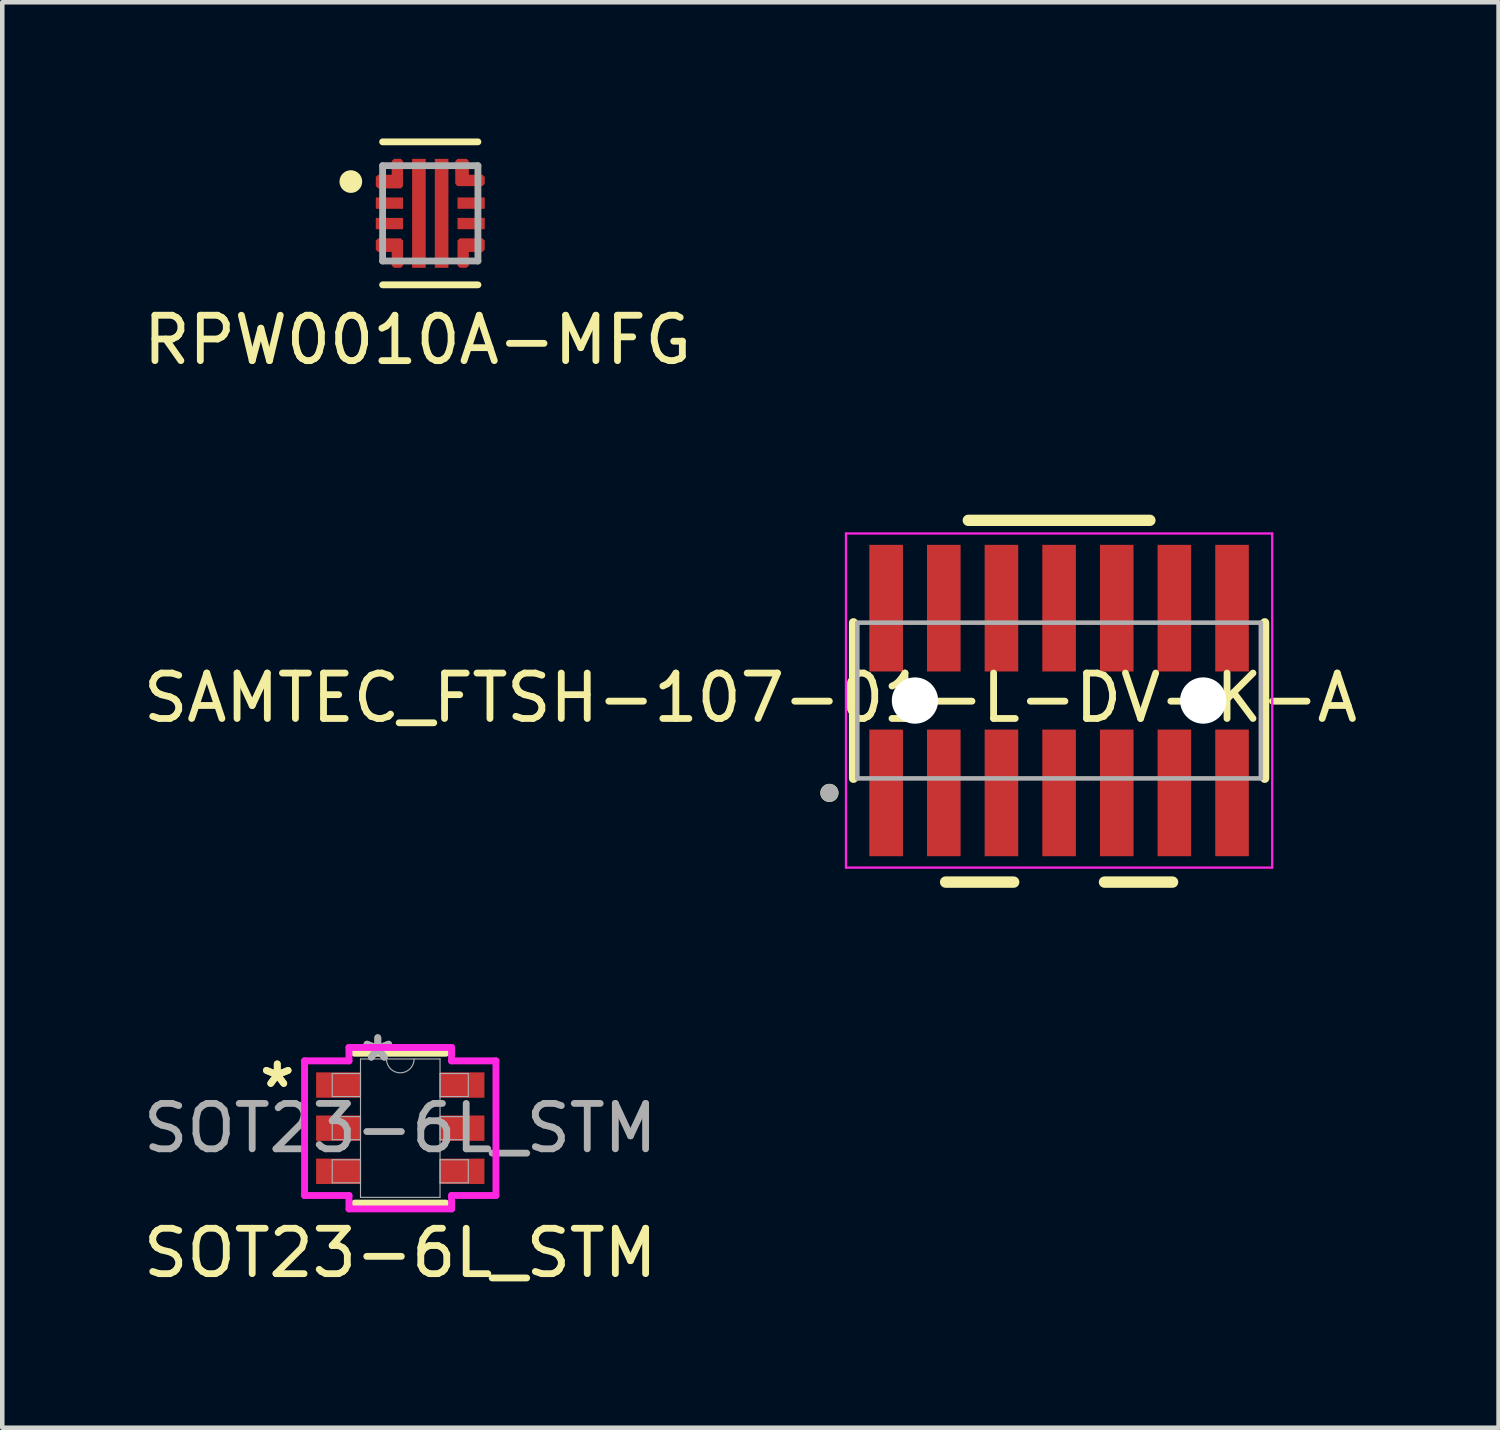
<source format=kicad_pcb>
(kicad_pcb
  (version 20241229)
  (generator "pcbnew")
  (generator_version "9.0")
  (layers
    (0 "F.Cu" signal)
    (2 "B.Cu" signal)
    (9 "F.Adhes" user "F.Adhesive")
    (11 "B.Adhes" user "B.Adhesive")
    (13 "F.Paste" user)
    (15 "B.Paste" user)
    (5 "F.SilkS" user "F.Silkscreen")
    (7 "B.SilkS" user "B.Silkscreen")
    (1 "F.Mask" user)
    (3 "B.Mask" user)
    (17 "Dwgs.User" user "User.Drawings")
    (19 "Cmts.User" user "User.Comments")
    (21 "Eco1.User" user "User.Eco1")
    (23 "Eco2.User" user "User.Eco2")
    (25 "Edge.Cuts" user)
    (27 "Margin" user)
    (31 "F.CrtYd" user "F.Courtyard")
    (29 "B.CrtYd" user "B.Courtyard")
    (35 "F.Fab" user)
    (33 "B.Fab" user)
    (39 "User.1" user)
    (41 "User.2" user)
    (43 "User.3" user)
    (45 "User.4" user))
  (footprint "RPW0010A-MFG"
    (layer "F.Cu")
    (at 6.429 1.65)
    (property "Reference" "RPW0010A-MFG" (at -0.28 2.79 0) (unlocked yes) (layer "F.SilkS") (effects (font (size 1 1) (thickness 0.15))))
    (attr smd)
    (fp_poly (pts (xy -0.85 0.85) (xy -1.15 0.85) (xy -1.2 0.8) (xy -1.2 0.6) (xy -1.15 0.55) (xy -0.65 0.55) (xy -0.6 0.6) (xy -0.6 1.15) (xy -0.65 1.2) (xy -0.8 1.2) (xy -0.85 1.15)) (stroke (width 0) (type solid)) (fill yes) (layer "F.Mask"))
    (fp_line (start -1.05 -1.575) (end 1.05 -1.575) (stroke (width 0.15) (type solid)) (layer "F.SilkS"))
    (fp_line (start -1.05 1.575) (end 1.05 1.575) (stroke (width 0.15) (type solid)) (layer "F.SilkS"))
    (fp_circle (center -1.75 -0.7) (end -1.625 -0.7) (stroke (width 0.25) (type solid)) (fill no) (layer "F.SilkS"))
    (fp_poly (pts (xy -0.34 1.16) (xy -0.39 1.11) (xy -0.39 0.15) (xy -0.34 0.1) (xy -0.16 0.1) (xy -0.11 0.15) (xy -0.11 1.11) (xy -0.16 1.16)) (stroke (width 0) (type solid)) (fill yes) (layer "F.Paste"))
    (fp_poly (pts (xy -0.11 -1.11) (xy -0.11 -0.15) (xy -0.16 -0.1) (xy -0.34 -0.1) (xy -0.39 -0.15) (xy -0.39 -1.11) (xy -0.34 -1.16) (xy -0.16 -1.16)) (stroke (width 0) (type solid)) (fill yes) (layer "F.Paste"))
    (fp_poly (pts (xy 0.39 -0.15) (xy 0.34 -0.1) (xy 0.16 -0.1) (xy 0.11 -0.15) (xy 0.11 -1.11) (xy 0.16 -1.16) (xy 0.34 -1.16) (xy 0.39 -1.11)) (stroke (width 0) (type solid)) (fill yes) (layer "F.Paste"))
    (fp_poly (pts (xy 0.39 1.11) (xy 0.34 1.16) (xy 0.16 1.16) (xy 0.11 1.11) (xy 0.11 0.15) (xy 0.16 0.1) (xy 0.34 0.1) (xy 0.39 0.15)) (stroke (width 0) (type solid)) (fill yes) (layer "F.Paste"))
    (fp_poly (pts (xy -0.825 -0.825) (xy -0.825 -1.15) (xy -0.775 -1.2) (xy -0.65 -1.2) (xy -0.6 -1.15) (xy -0.6 -0.6) (xy -0.65 -0.55) (xy -1.15 -0.55) (xy -1.2 -0.6) (xy -1.2 -0.775) (xy -1.15 -0.825)) (stroke (width 0) (type solid)) (fill yes) (layer "F.Paste"))
    (fp_poly (pts (xy -0.825 0.825) (xy -0.825 1.15) (xy -0.775 1.2) (xy -0.65 1.2) (xy -0.6 1.15) (xy -0.6 0.6) (xy -0.65 0.55) (xy -1.15 0.55) (xy -1.2 0.6) (xy -1.2 0.775) (xy -1.15 0.825)) (stroke (width 0) (type solid)) (fill yes) (layer "F.Paste"))
    (fp_poly (pts (xy 0.825 0.825) (xy 0.825 1.15) (xy 0.775 1.2) (xy 0.65 1.2) (xy 0.6 1.15) (xy 0.6 0.6) (xy 0.65 0.55) (xy 1.15 0.55) (xy 1.2 0.6) (xy 1.2 0.775) (xy 1.15 0.825)) (stroke (width 0) (type solid)) (fill yes) (layer "F.Paste"))
    (fp_poly (pts (xy 0.825 -0.825) (xy 1.15 -0.825) (xy 1.2 -0.775) (xy 1.2 -0.65) (xy 1.15 -0.6) (xy 0.6 -0.6) (xy 0.55 -0.65) (xy 0.55 -1.15) (xy 0.6 -1.2) (xy 0.775 -1.2) (xy 0.825 -1.15)) (stroke (width 0) (type solid)) (fill yes) (layer "F.Paste"))
    (fp_line (start -1.05 -1.05) (end 1.05 -1.05) (stroke (width 0.15) (type solid)) (layer "F.Fab"))
    (fp_line (start -1.05 1.05) (end -1.05 -1.05) (stroke (width 0.15) (type solid)) (layer "F.Fab"))
    (fp_line (start -1.05 1.05) (end 1.05 1.05) (stroke (width 0.15) (type solid)) (layer "F.Fab"))
    (fp_line (start 1.05 1.05) (end 1.05 -1.05) (stroke (width 0.15) (type solid)) (layer "F.Fab"))
    (pad "1" smd custom (at -0.75 -0.7) (size 0.27 0.27) (layers "F.Cu" "F.Mask") (options (anchor circle)) (primitives (gr_poly (pts (xy -0.1 -0.15) (xy -0.1 -0.45) (xy -0.05 -0.5) (xy 0.1 -0.5) (xy 0.15 -0.45) (xy 0.15 0.1) (xy 0.1 0.15) (xy -0.4 0.15) (xy -0.45 0.1) (xy -0.45 -0.1) (xy -0.4 -0.15)) (width 0) (fill yes))))
    (pad "2" smd rect (at -0.9 -0.225) (size 0.6 0.25) (layers "F.Cu" "F.Mask" "F.Paste"))
    (pad "3" smd rect (at -0.9 0.225) (size 0.6 0.25) (layers "F.Cu" "F.Mask" "F.Paste"))
    (pad "4" smd custom (at -0.75 0.75) (size 0.255 0.255) (layers "F.Cu" "F.Mask") (options (anchor circle)) (primitives (gr_poly (pts (xy -0.1 0.1) (xy -0.1 0.4) (xy -0.05 0.45) (xy 0.1 0.45) (xy 0.15 0.4) (xy 0.15 -0.15) (xy 0.1 -0.2) (xy -0.4 -0.2) (xy -0.45 -0.15) (xy -0.45 0.05) (xy -0.4 0.1)) (width 0) (fill yes))))
    (pad "5" smd rect (at -0.25 0) (size 0.3 2.4) (layers "F.Cu" "F.Mask"))
    (pad "6" smd rect (at 0.25 0) (size 0.3 2.4) (layers "F.Cu" "F.Mask"))
    (pad "7" smd custom (at 0.75 0.75) (size 0.255 0.255) (layers "F.Cu" "F.Mask") (options (anchor circle)) (primitives (gr_poly (pts (xy 0.1 0.1) (xy 0.1 0.4) (xy 0.05 0.45) (xy -0.1 0.45) (xy -0.15 0.4) (xy -0.15 -0.15) (xy -0.1 -0.2) (xy 0.4 -0.2) (xy 0.45 -0.15) (xy 0.45 0.05) (xy 0.4 0.1)) (width 0) (fill yes))))
    (pad "8" smd rect (at 0.9 0.225) (size 0.6 0.25) (layers "F.Cu" "F.Mask" "F.Paste"))
    (pad "9" smd rect (at 0.9 -0.225) (size 0.6 0.25) (layers "F.Cu" "F.Mask" "F.Paste"))
    (pad "10" smd custom (at 0.75 -0.75 90) (size 0.255 0.255) (layers "F.Cu" "F.Mask") (options (anchor circle)) (primitives (gr_poly (pts (xy 0.1 0.1) (xy 0.1 0.4) (xy 0.05 0.45) (xy -0.1 0.45) (xy -0.15 0.4) (xy -0.15 -0.15) (xy -0.1 -0.2) (xy 0.4 -0.2) (xy 0.45 -0.15) (xy 0.45 0.05) (xy 0.4 0.1)) (width 0) (fill yes)))))
  (footprint "SAMTEC_FTSH-107-01-L-DV-K-A"
    (layer "F.Cu")
    (at 20.282 12.383)
    (property "Reference" "SAMTEC_FTSH-107-01-L-DV-K-A" (at -6.8 -0.06 0) (layer "F.SilkS") (effects (font (size 1 1) (thickness 0.15))))
    (attr smd)
    (fp_circle (center -3.175 0) (end -2.614 0) (stroke (width 0) (type solid)) (fill yes) (layer "B.Mask"))
    (fp_circle (center 3.175 0) (end 3.736 0) (stroke (width 0) (type solid)) (fill yes) (layer "B.Mask"))
    (fp_line (start -4.53 -1.715) (end -4.53 1.715) (stroke (width 0.2) (type solid)) (layer "F.SilkS"))
    (fp_line (start -2.5 4) (end -1 4) (stroke (width 0.25) (type solid)) (layer "F.SilkS"))
    (fp_line (start -2 -3.97) (end 2 -3.97) (stroke (width 0.25) (type solid)) (layer "F.SilkS"))
    (fp_line (start 1 4) (end 2.5 4) (stroke (width 0.25) (type solid)) (layer "F.SilkS"))
    (fp_line (start 4.53 1.715) (end 4.53 -1.715) (stroke (width 0.2) (type solid)) (layer "F.SilkS"))
    (fp_circle (center -5.06 2.035) (end -4.96 2.035) (stroke (width 0.2) (type solid)) (fill no) (layer "F.SilkS"))
    (fp_poly (pts (xy -1.64 -3.427) (xy -0.9 -3.427) (xy -0.9 -0.637) (xy -1.64 -0.637)) (stroke (width 0.01) (type solid)) (fill yes) (layer "F.Paste"))
    (fp_poly (pts (xy -1.64 0.637) (xy -0.9 0.637) (xy -0.9 3.427) (xy -1.64 3.427)) (stroke (width 0.01) (type solid)) (fill yes) (layer "F.Paste"))
    (fp_poly (pts (xy -0.37 -3.427) (xy 0.37 -3.427) (xy 0.37 -0.637) (xy -0.37 -0.637)) (stroke (width 0.01) (type solid)) (fill yes) (layer "F.Paste"))
    (fp_poly (pts (xy -0.37 0.637) (xy 0.37 0.637) (xy 0.37 3.427) (xy -0.37 3.427)) (stroke (width 0.01) (type solid)) (fill yes) (layer "F.Paste"))
    (fp_poly (pts (xy 0.9 -3.427) (xy 1.64 -3.427) (xy 1.64 -0.637) (xy 0.9 -0.637)) (stroke (width 0.01) (type solid)) (fill yes) (layer "F.Paste"))
    (fp_poly (pts (xy 0.9 0.637) (xy 1.64 0.637) (xy 1.64 3.427) (xy 0.9 3.427)) (stroke (width 0.01) (type solid)) (fill yes) (layer "F.Paste"))
    (fp_poly (pts (xy 2.17 -3.427) (xy 2.91 -3.427) (xy 2.91 -0.637) (xy 2.17 -0.637)) (stroke (width 0.01) (type solid)) (fill yes) (layer "F.Paste"))
    (fp_poly (pts (xy 2.17 0.637) (xy 2.91 0.637) (xy 2.91 3.427) (xy 2.17 3.427)) (stroke (width 0.01) (type solid)) (fill yes) (layer "F.Paste"))
    (fp_poly (pts (xy 3.44 -3.427) (xy 4.18 -3.427) (xy 4.18 -0.637) (xy 3.44 -0.637)) (stroke (width 0.01) (type solid)) (fill yes) (layer "F.Paste"))
    (fp_poly (pts (xy 3.44 0.637) (xy 4.18 0.637) (xy 4.18 3.427) (xy 3.44 3.427)) (stroke (width 0.01) (type solid)) (fill yes) (layer "F.Paste"))
    (fp_line (start -4.695 -3.68) (end 4.695 -3.68) (stroke (width 0.05) (type solid)) (layer "F.CrtYd"))
    (fp_line (start -4.695 3.68) (end -4.695 -3.68) (stroke (width 0.05) (type solid)) (layer "F.CrtYd"))
    (fp_line (start 4.695 -3.68) (end 4.695 3.68) (stroke (width 0.05) (type solid)) (layer "F.CrtYd"))
    (fp_line (start 4.695 3.68) (end -4.695 3.68) (stroke (width 0.05) (type solid)) (layer "F.CrtYd"))
    (fp_line (start -4.445 1.715) (end -4.445 -1.715) (stroke (width 0.1) (type solid)) (layer "F.Fab"))
    (fp_line (start -4.445 1.715) (end 4.445 1.715) (stroke (width 0.1) (type solid)) (layer "F.Fab"))
    (fp_line (start 4.445 -1.715) (end -4.445 -1.715) (stroke (width 0.1) (type solid)) (layer "F.Fab"))
    (fp_line (start 4.445 1.715) (end 4.445 -1.715) (stroke (width 0.1) (type solid)) (layer "F.Fab"))
    (fp_circle (center -5.06 2.035) (end -4.96 2.035) (stroke (width 0.2) (type solid)) (fill no) (layer "F.Fab"))
    (pad "" np_thru_hole circle (at -3.175 0) (size 1.02 1.02) (drill 1.02) (layers "*.Cu" "*.Mask"))
    (pad "" np_thru_hole circle (at 3.175 0) (size 1.02 1.02) (drill 1.02) (layers "*.Cu" "*.Mask"))
    (pad "01" smd rect (at -3.81 2.035) (size 0.74 2.79) (layers "F.Cu" "F.Mask" "F.Paste"))
    (pad "02" smd rect (at -3.81 -2.035) (size 0.74 2.79) (layers "F.Cu" "F.Mask" "F.Paste"))
    (pad "03" smd rect (at -2.54 2.035) (size 0.74 2.79) (layers "F.Cu" "F.Mask" "F.Paste"))
    (pad "04" smd rect (at -2.54 -2.035) (size 0.74 2.79) (layers "F.Cu" "F.Mask" "F.Paste"))
    (pad "05" smd rect (at -1.27 2.035) (size 0.74 2.79) (layers "F.Cu" "F.Mask" "F.Paste"))
    (pad "06" smd rect (at -1.27 -2.035) (size 0.74 2.79) (layers "F.Cu" "F.Mask" "F.Paste"))
    (pad "07" smd rect (at 0 2.035) (size 0.74 2.79) (layers "F.Cu" "F.Mask" "F.Paste"))
    (pad "08" smd rect (at 0 -2.035) (size 0.74 2.79) (layers "F.Cu" "F.Mask" "F.Paste"))
    (pad "09" smd rect (at 1.27 2.035) (size 0.74 2.79) (layers "F.Cu" "F.Mask" "F.Paste"))
    (pad "10" smd rect (at 1.27 -2.035) (size 0.74 2.79) (layers "F.Cu" "F.Mask" "F.Paste"))
    (pad "11" smd rect (at 2.54 2.035) (size 0.74 2.79) (layers "F.Cu" "F.Mask" "F.Paste"))
    (pad "12" smd rect (at 2.54 -2.035) (size 0.74 2.79) (layers "F.Cu" "F.Mask" "F.Paste"))
    (pad "13" smd rect (at 3.81 2.035) (size 0.74 2.79) (layers "F.Cu" "F.Mask" "F.Paste"))
    (pad "14" smd rect (at 3.81 -2.035) (size 0.74 2.79) (layers "F.Cu" "F.Mask" "F.Paste")))
  (footprint "SOT23-6L_STM"
    (layer "F.Cu")
    (at 5.768 21.804)
    (property "Reference" "SOT23-6L_STM" (at 0 2.75 0) (unlocked yes) (layer "F.SilkS") (effects (font (size 1 1) (thickness 0.15))))
    (attr smd)
    (fp_line (start -1.003 1.651) (end 1.003 1.651) (stroke (width 0.152) (type solid)) (layer "F.SilkS"))
    (fp_line (start 1.003 -1.651) (end -1.003 -1.651) (stroke (width 0.152) (type solid)) (layer "F.SilkS"))
    (fp_line (start -2.108 -1.483) (end -1.13 -1.483) (stroke (width 0.152) (type solid)) (layer "F.CrtYd"))
    (fp_line (start -2.108 1.483) (end -2.108 -1.483) (stroke (width 0.152) (type solid)) (layer "F.CrtYd"))
    (fp_line (start -2.108 1.483) (end -1.13 1.483) (stroke (width 0.152) (type solid)) (layer "F.CrtYd"))
    (fp_line (start -1.13 -1.778) (end 1.13 -1.778) (stroke (width 0.152) (type solid)) (layer "F.CrtYd"))
    (fp_line (start -1.13 -1.483) (end -1.13 -1.778) (stroke (width 0.152) (type solid)) (layer "F.CrtYd"))
    (fp_line (start -1.13 1.778) (end -1.13 1.483) (stroke (width 0.152) (type solid)) (layer "F.CrtYd"))
    (fp_line (start 1.13 -1.778) (end 1.13 -1.483) (stroke (width 0.152) (type solid)) (layer "F.CrtYd"))
    (fp_line (start 1.13 1.483) (end 1.13 1.778) (stroke (width 0.152) (type solid)) (layer "F.CrtYd"))
    (fp_line (start 1.13 1.778) (end -1.13 1.778) (stroke (width 0.152) (type solid)) (layer "F.CrtYd"))
    (fp_line (start 2.108 -1.483) (end 1.13 -1.483) (stroke (width 0.152) (type solid)) (layer "F.CrtYd"))
    (fp_line (start 2.108 -1.483) (end 2.108 1.483) (stroke (width 0.152) (type solid)) (layer "F.CrtYd"))
    (fp_line (start 2.108 1.483) (end 1.13 1.483) (stroke (width 0.152) (type solid)) (layer "F.CrtYd"))
    (fp_line (start -1.499 -1.204) (end -1.499 -0.696) (stroke (width 0.025) (type solid)) (layer "F.Fab"))
    (fp_line (start -1.499 -0.696) (end -0.876 -0.696) (stroke (width 0.025) (type solid)) (layer "F.Fab"))
    (fp_line (start -1.499 -0.254) (end -1.499 0.254) (stroke (width 0.025) (type solid)) (layer "F.Fab"))
    (fp_line (start -1.499 0.254) (end -0.876 0.254) (stroke (width 0.025) (type solid)) (layer "F.Fab"))
    (fp_line (start -1.499 0.696) (end -1.499 1.204) (stroke (width 0.025) (type solid)) (layer "F.Fab"))
    (fp_line (start -1.499 1.204) (end -0.876 1.204) (stroke (width 0.025) (type solid)) (layer "F.Fab"))
    (fp_line (start -0.876 -1.524) (end -0.876 1.524) (stroke (width 0.025) (type solid)) (layer "F.Fab"))
    (fp_line (start -0.876 -1.204) (end -1.499 -1.204) (stroke (width 0.025) (type solid)) (layer "F.Fab"))
    (fp_line (start -0.876 -0.696) (end -0.876 -1.204) (stroke (width 0.025) (type solid)) (layer "F.Fab"))
    (fp_line (start -0.876 -0.254) (end -1.499 -0.254) (stroke (width 0.025) (type solid)) (layer "F.Fab"))
    (fp_line (start -0.876 0.254) (end -0.876 -0.254) (stroke (width 0.025) (type solid)) (layer "F.Fab"))
    (fp_line (start -0.876 0.696) (end -1.499 0.696) (stroke (width 0.025) (type solid)) (layer "F.Fab"))
    (fp_line (start -0.876 1.204) (end -0.876 0.696) (stroke (width 0.025) (type solid)) (layer "F.Fab"))
    (fp_line (start -0.876 1.524) (end 0.876 1.524) (stroke (width 0.025) (type solid)) (layer "F.Fab"))
    (fp_line (start 0.876 -1.524) (end -0.876 -1.524) (stroke (width 0.025) (type solid)) (layer "F.Fab"))
    (fp_line (start 0.876 -1.204) (end 0.876 -0.696) (stroke (width 0.025) (type solid)) (layer "F.Fab"))
    (fp_line (start 0.876 -0.696) (end 1.499 -0.696) (stroke (width 0.025) (type solid)) (layer "F.Fab"))
    (fp_line (start 0.876 -0.254) (end 0.876 0.254) (stroke (width 0.025) (type solid)) (layer "F.Fab"))
    (fp_line (start 0.876 0.254) (end 1.499 0.254) (stroke (width 0.025) (type solid)) (layer "F.Fab"))
    (fp_line (start 0.876 0.696) (end 0.876 1.204) (stroke (width 0.025) (type solid)) (layer "F.Fab"))
    (fp_line (start 0.876 1.204) (end 1.499 1.204) (stroke (width 0.025) (type solid)) (layer "F.Fab"))
    (fp_line (start 0.876 1.524) (end 0.876 -1.524) (stroke (width 0.025) (type solid)) (layer "F.Fab"))
    (fp_line (start 1.499 -1.204) (end 0.876 -1.204) (stroke (width 0.025) (type solid)) (layer "F.Fab"))
    (fp_line (start 1.499 -0.696) (end 1.499 -1.204) (stroke (width 0.025) (type solid)) (layer "F.Fab"))
    (fp_line (start 1.499 -0.254) (end 0.876 -0.254) (stroke (width 0.025) (type solid)) (layer "F.Fab"))
    (fp_line (start 1.499 0.254) (end 1.499 -0.254) (stroke (width 0.025) (type solid)) (layer "F.Fab"))
    (fp_line (start 1.499 0.696) (end 0.876 0.696) (stroke (width 0.025) (type solid)) (layer "F.Fab"))
    (fp_line (start 1.499 1.204) (end 1.499 0.696) (stroke (width 0.025) (type solid)) (layer "F.Fab"))
    (fp_arc (start 0.3048 -1.524) (mid 0 -1.2192) (end -0.3048 -1.524) (stroke (width 0.0254) (type solid)) (layer "F.Fab"))
    (fp_text user "*" (at -2.71 -0.87 0) (layer "F.SilkS") (effects (font (size 1 1) (thickness 0.15))))
    (fp_text user "*" (at -2.71 -0.87 0) (unlocked yes) (layer "F.SilkS") (effects (font (size 1 1) (thickness 0.15))))
    (fp_text user "*" (at -0.495 -1.448 0) (unlocked yes) (layer "F.Fab") (effects (font (size 1 1) (thickness 0.15))))
    (fp_text user "${REFERENCE}" (at 0 0 0) (unlocked yes) (layer "F.Fab") (effects (font (size 1 1) (thickness 0.15))))
    (fp_text user "*" (at -0.495 -1.448 0) (layer "F.Fab") (effects (font (size 1 1) (thickness 0.15))))
    (pad "1" smd rect (at -1.365 -0.95) (size 0.978 0.559) (layers "F.Cu" "F.Mask" "F.Paste"))
    (pad "2" smd rect (at -1.365 0) (size 0.978 0.559) (layers "F.Cu" "F.Mask" "F.Paste"))
    (pad "3" smd rect (at -1.365 0.95) (size 0.978 0.559) (layers "F.Cu" "F.Mask" "F.Paste"))
    (pad "4" smd rect (at 1.365 0.95) (size 0.978 0.559) (layers "F.Cu" "F.Mask" "F.Paste"))
    (pad "5" smd rect (at 1.365 0) (size 0.978 0.559) (layers "F.Cu" "F.Mask" "F.Paste"))
    (pad "6" smd rect (at 1.365 -0.95) (size 0.978 0.559) (layers "F.Cu" "F.Mask" "F.Paste")))
  (gr_rect
    (start -3 -3)
    (end 29.964 28.403)
    (stroke (width 0.1) (type default))
    (fill no)
    (layer "Edge.Cuts")))
</source>
